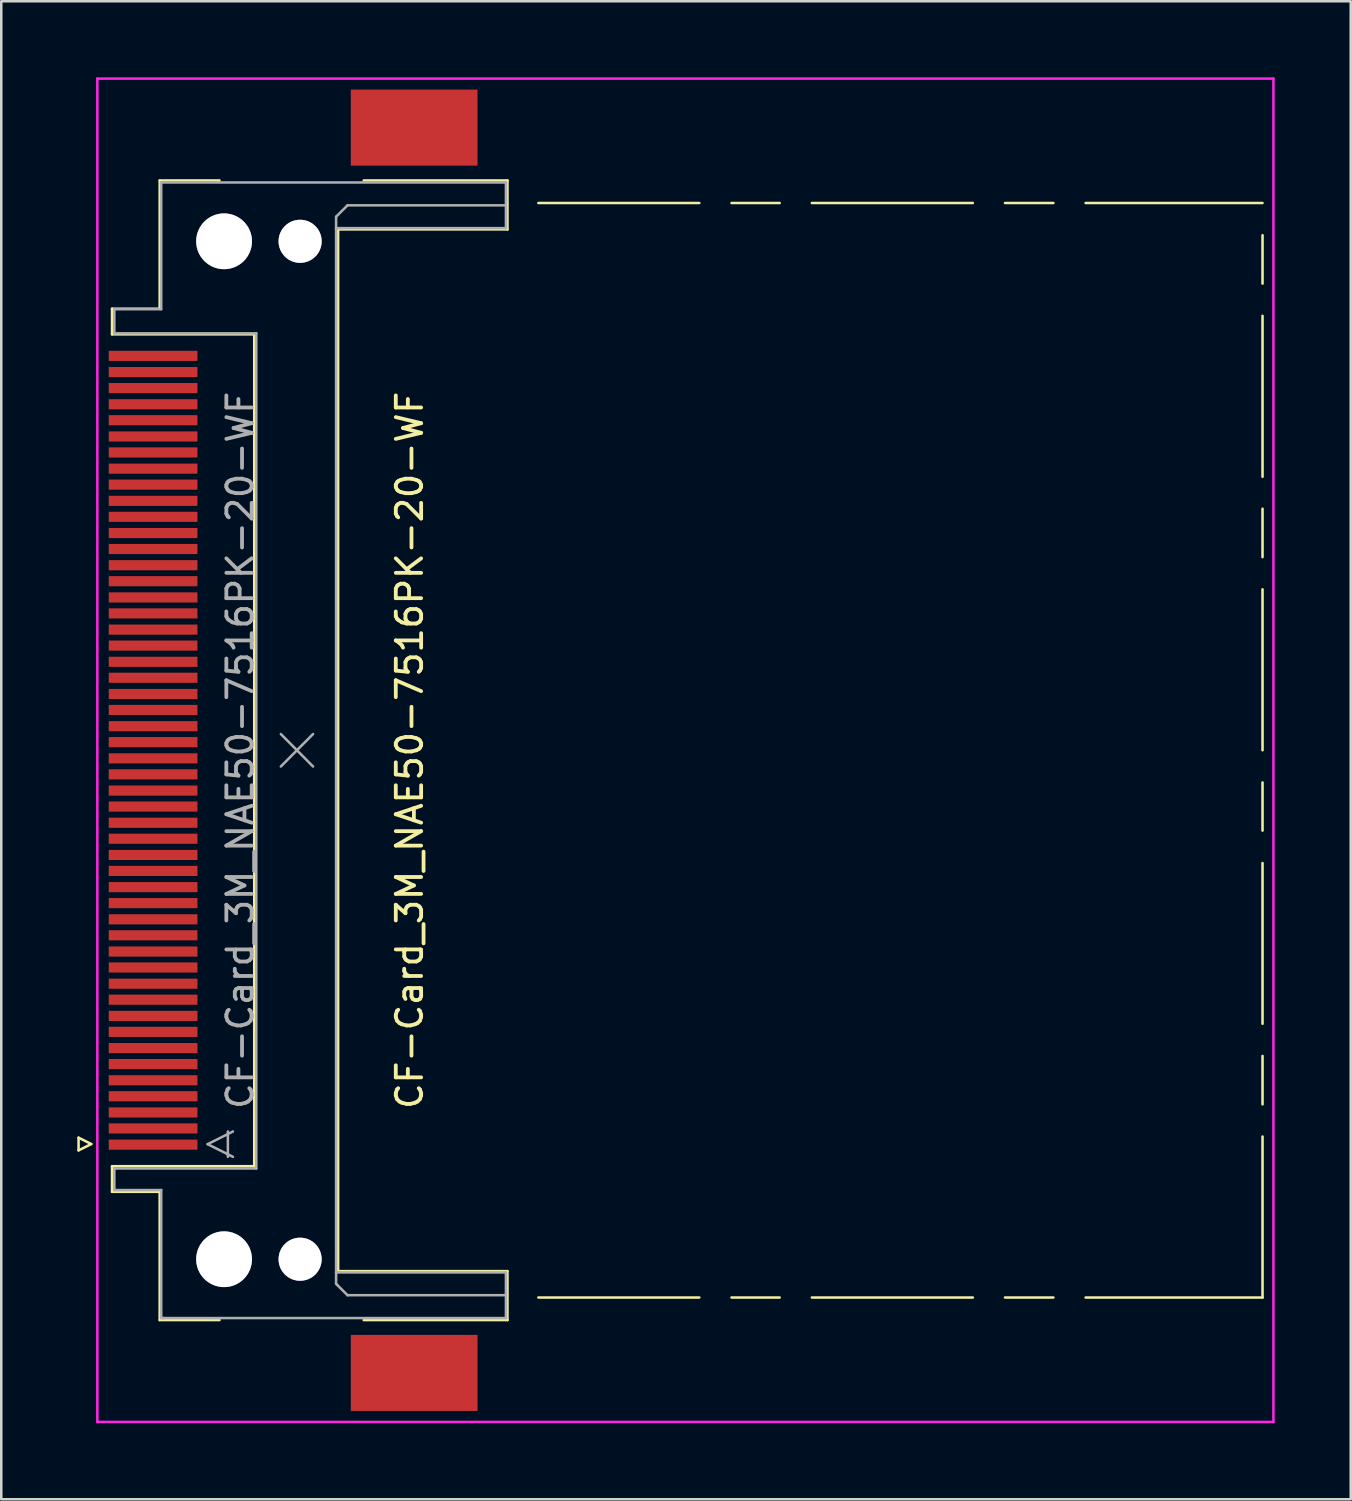
<source format=kicad_pcb>
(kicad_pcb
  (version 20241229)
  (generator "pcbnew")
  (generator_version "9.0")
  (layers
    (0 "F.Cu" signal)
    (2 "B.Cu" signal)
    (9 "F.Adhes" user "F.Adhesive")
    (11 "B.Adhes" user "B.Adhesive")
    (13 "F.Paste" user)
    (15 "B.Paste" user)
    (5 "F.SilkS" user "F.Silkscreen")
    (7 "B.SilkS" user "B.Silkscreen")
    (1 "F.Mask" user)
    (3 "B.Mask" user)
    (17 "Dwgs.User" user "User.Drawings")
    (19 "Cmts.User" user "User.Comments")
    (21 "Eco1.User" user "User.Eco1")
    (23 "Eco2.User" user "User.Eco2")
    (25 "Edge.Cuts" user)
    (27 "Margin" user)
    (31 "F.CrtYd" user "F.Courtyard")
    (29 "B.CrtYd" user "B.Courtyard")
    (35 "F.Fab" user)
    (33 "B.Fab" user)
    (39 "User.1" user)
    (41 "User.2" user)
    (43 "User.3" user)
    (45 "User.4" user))
  (footprint "CF-Card_3M_NAE50-7516PK-20-WF"
    (layer "F.Cu")
    (at 8.79 26.55)
    (property "Reference" "CF-Card_3M_NAE50-7516PK-20-WF" (at 4.32 0 90) (layer "F.SilkS") (effects (font (size 1 1) (thickness 0.15))))
    (attr smd)
    (fp_line (start -8.74 15.285) (end -8.74 15.785) (stroke (width 0.1) (type solid)) (layer "F.SilkS"))
    (fp_line (start -8.74 15.785) (end -8.24 15.535) (stroke (width 0.1) (type solid)) (layer "F.SilkS"))
    (fp_line (start -8.24 15.535) (end -8.74 15.285) (stroke (width 0.1) (type solid)) (layer "F.SilkS"))
    (fp_line (start -7.42 -17.42) (end -5.54 -17.42) (stroke (width 0.1) (type solid)) (layer "F.SilkS"))
    (fp_line (start -7.42 -16.41) (end -7.42 -17.42) (stroke (width 0.1) (type solid)) (layer "F.SilkS"))
    (fp_line (start -7.42 16.41) (end -1.81 16.41) (stroke (width 0.1) (type solid)) (layer "F.SilkS"))
    (fp_line (start -7.42 17.42) (end -7.42 16.41) (stroke (width 0.1) (type solid)) (layer "F.SilkS"))
    (fp_line (start -5.54 -22.48) (end -3.18 -22.48) (stroke (width 0.1) (type solid)) (layer "F.SilkS"))
    (fp_line (start -5.54 -17.42) (end -5.54 -22.48) (stroke (width 0.1) (type solid)) (layer "F.SilkS"))
    (fp_line (start -5.54 17.42) (end -7.42 17.42) (stroke (width 0.1) (type solid)) (layer "F.SilkS"))
    (fp_line (start -5.54 22.48) (end -5.54 17.42) (stroke (width 0.1) (type solid)) (layer "F.SilkS"))
    (fp_line (start -3.18 22.48) (end -5.54 22.48) (stroke (width 0.1) (type solid)) (layer "F.SilkS"))
    (fp_line (start -1.81 -16.41) (end -7.42 -16.41) (stroke (width 0.1) (type solid)) (layer "F.SilkS"))
    (fp_line (start -1.81 16.41) (end -1.81 -16.41) (stroke (width 0.1) (type solid)) (layer "F.SilkS"))
    (fp_line (start 1.5 -20.55) (end 8.18 -20.55) (stroke (width 0.1) (type solid)) (layer "F.SilkS"))
    (fp_line (start 1.5 20.55) (end 1.5 -20.55) (stroke (width 0.1) (type solid)) (layer "F.SilkS"))
    (fp_line (start 2.51 22.48) (end 8.18 22.48) (stroke (width 0.1) (type solid)) (layer "F.SilkS"))
    (fp_line (start 8.18 -22.48) (end 2.51 -22.48) (stroke (width 0.1) (type solid)) (layer "F.SilkS"))
    (fp_line (start 8.18 -20.55) (end 8.18 -22.48) (stroke (width 0.1) (type solid)) (layer "F.SilkS"))
    (fp_line (start 8.18 20.55) (end 1.5 20.55) (stroke (width 0.1) (type solid)) (layer "F.SilkS"))
    (fp_line (start 8.18 22.48) (end 8.18 20.55) (stroke (width 0.1) (type solid)) (layer "F.SilkS"))
    (fp_line (start 9.4 -21.59) (end 15.75 -21.59) (stroke (width 0.1) (type solid)) (layer "F.SilkS"))
    (fp_line (start 9.4 21.59) (end 15.75 21.59) (stroke (width 0.1) (type solid)) (layer "F.SilkS"))
    (fp_line (start 17.02 -21.59) (end 18.92 -21.59) (stroke (width 0.1) (type solid)) (layer "F.SilkS"))
    (fp_line (start 17.02 21.59) (end 18.92 21.59) (stroke (width 0.1) (type solid)) (layer "F.SilkS"))
    (fp_line (start 20.19 -21.59) (end 26.54 -21.59) (stroke (width 0.1) (type solid)) (layer "F.SilkS"))
    (fp_line (start 20.19 21.59) (end 26.54 21.59) (stroke (width 0.1) (type solid)) (layer "F.SilkS"))
    (fp_line (start 27.81 -21.59) (end 29.72 -21.59) (stroke (width 0.1) (type solid)) (layer "F.SilkS"))
    (fp_line (start 27.81 21.59) (end 29.72 21.59) (stroke (width 0.1) (type solid)) (layer "F.SilkS"))
    (fp_line (start 30.99 -21.59) (end 37.97 -21.59) (stroke (width 0.1) (type solid)) (layer "F.SilkS"))
    (fp_line (start 30.99 21.59) (end 37.97 21.59) (stroke (width 0.1) (type solid)) (layer "F.SilkS"))
    (fp_line (start 37.97 -18.41) (end 37.97 -20.32) (stroke (width 0.1) (type solid)) (layer "F.SilkS"))
    (fp_line (start 37.97 -10.79) (end 37.97 -17.14) (stroke (width 0.1) (type solid)) (layer "F.SilkS"))
    (fp_line (start 37.97 -7.62) (end 37.97 -9.53) (stroke (width 0.1) (type solid)) (layer "F.SilkS"))
    (fp_line (start 37.97 0) (end 37.97 -6.35) (stroke (width 0.1) (type solid)) (layer "F.SilkS"))
    (fp_line (start 37.97 3.17) (end 37.97 1.27) (stroke (width 0.1) (type solid)) (layer "F.SilkS"))
    (fp_line (start 37.97 10.79) (end 37.97 4.45) (stroke (width 0.1) (type solid)) (layer "F.SilkS"))
    (fp_line (start 37.97 13.97) (end 37.97 12.06) (stroke (width 0.1) (type solid)) (layer "F.SilkS"))
    (fp_line (start 37.97 21.59) (end 37.97 15.24) (stroke (width 0.1) (type solid)) (layer "F.SilkS"))
    (fp_line (start -8 -26.5) (end 38.4 -26.5) (stroke (width 0.1) (type solid)) (layer "F.CrtYd"))
    (fp_line (start -8 26.5) (end -8 -26.5) (stroke (width 0.1) (type solid)) (layer "F.CrtYd"))
    (fp_line (start -8 26.5) (end 38.4 26.5) (stroke (width 0.1) (type solid)) (layer "F.CrtYd"))
    (fp_line (start 38.4 26.5) (end 38.4 -26.5) (stroke (width 0.1) (type solid)) (layer "F.CrtYd"))
    (fp_line (start -7.33 -17.4) (end -7.33 -16.45) (stroke (width 0.1) (type solid)) (layer "F.Fab"))
    (fp_line (start -7.33 -16.45) (end -1.73 -16.45) (stroke (width 0.1) (type solid)) (layer "F.Fab"))
    (fp_line (start -7.33 16.5) (end -7.33 17.35) (stroke (width 0.1) (type solid)) (layer "F.Fab"))
    (fp_line (start -7.33 17.35) (end -5.48 17.35) (stroke (width 0.1) (type solid)) (layer "F.Fab"))
    (fp_line (start -5.48 -22.4) (end -5.48 -17.4) (stroke (width 0.1) (type solid)) (layer "F.Fab"))
    (fp_line (start -5.48 -17.4) (end -7.33 -17.4) (stroke (width 0.1) (type solid)) (layer "F.Fab"))
    (fp_line (start -5.48 17.35) (end -5.48 22.4) (stroke (width 0.1) (type solid)) (layer "F.Fab"))
    (fp_line (start -5.48 22.4) (end -5.38 22.4) (stroke (width 0.1) (type solid)) (layer "F.Fab"))
    (fp_line (start -5.43 22.4) (end 8.12 22.4) (stroke (width 0.1) (type solid)) (layer "F.Fab"))
    (fp_line (start -3.65 15.54) (end -2.65 16.04) (stroke (width 0.1) (type solid)) (layer "F.Fab"))
    (fp_line (start -2.85 16.04) (end -2.85 15.04) (stroke (width 0.1) (type solid)) (layer "F.Fab"))
    (fp_line (start -2.65 15.04) (end -3.65 15.54) (stroke (width 0.1) (type solid)) (layer "F.Fab"))
    (fp_line (start -1.73 -16.45) (end -1.73 16.5) (stroke (width 0.1) (type solid)) (layer "F.Fab"))
    (fp_line (start -1.73 16.5) (end -7.33 16.5) (stroke (width 0.1) (type solid)) (layer "F.Fab"))
    (fp_line (start -0.76 -0.64) (end 0.51 0.64) (stroke (width 0.1) (type solid)) (layer "F.Fab"))
    (fp_line (start -0.76 0.64) (end 0.51 -0.64) (stroke (width 0.1) (type solid)) (layer "F.Fab"))
    (fp_line (start 1.42 -21.05) (end 1.42 -20.55) (stroke (width 0.1) (type solid)) (layer "F.Fab"))
    (fp_line (start 1.42 -20.6) (end 8.12 -20.6) (stroke (width 0.1) (type solid)) (layer "F.Fab"))
    (fp_line (start 1.42 20.6) (end 1.42 -20.6) (stroke (width 0.1) (type solid)) (layer "F.Fab"))
    (fp_line (start 1.42 21.05) (end 1.42 20.6) (stroke (width 0.1) (type solid)) (layer "F.Fab"))
    (fp_line (start 1.47 21.1) (end 1.42 21.05) (stroke (width 0.1) (type solid)) (layer "F.Fab"))
    (fp_line (start 1.87 -21.5) (end 1.42 -21.05) (stroke (width 0.1) (type solid)) (layer "F.Fab"))
    (fp_line (start 1.87 21.5) (end 1.47 21.1) (stroke (width 0.1) (type solid)) (layer "F.Fab"))
    (fp_line (start 8.12 -22.4) (end -5.48 -22.4) (stroke (width 0.1) (type solid)) (layer "F.Fab"))
    (fp_line (start 8.12 -21.5) (end 1.87 -21.5) (stroke (width 0.1) (type solid)) (layer "F.Fab"))
    (fp_line (start 8.12 -20.6) (end 8.12 -22.4) (stroke (width 0.1) (type solid)) (layer "F.Fab"))
    (fp_line (start 8.12 20.6) (end 1.42 20.6) (stroke (width 0.1) (type solid)) (layer "F.Fab"))
    (fp_line (start 8.12 21.5) (end 1.87 21.5) (stroke (width 0.1) (type solid)) (layer "F.Fab"))
    (fp_line (start 8.12 22.4) (end 8.12 20.6) (stroke (width 0.1) (type solid)) (layer "F.Fab"))
    (fp_text user "${REFERENCE}" (at -2.365 0 90) (layer "F.Fab") (effects (font (size 1 1) (thickness 0.15))))
    (pad "" thru_hole circle (at -3 -20.08 90) (size 2.2 2.2) (drill 2.2) (layers "*.Cu" "*.Mask"))
    (pad "" thru_hole circle (at -3 20.08 90) (size 2.2 2.2) (drill 2.2) (layers "*.Cu" "*.Mask"))
    (pad "" thru_hole circle (at 0 -20.08 90) (size 1.7 1.7) (drill 1.7) (layers "*.Cu" "*.Mask"))
    (pad "" thru_hole circle (at 0 20.08 90) (size 1.7 1.7) (drill 1.7) (layers "*.Cu" "*.Mask"))
    (pad "" smd rect (at 4.5 -24.565 90) (size 3 5) (layers "F.Cu" "F.Mask" "F.Paste"))
    (pad "" smd rect (at 4.5 24.565 90) (size 3 5) (layers "F.Cu" "F.Mask" "F.Paste"))
    (pad "1" smd rect (at -5.8 15.56 270) (size 0.4 3.5) (layers "F.Cu" "F.Mask" "F.Paste"))
    (pad "2" smd rect (at -5.8 14.29 270) (size 0.4 3.5) (layers "F.Cu" "F.Mask" "F.Paste"))
    (pad "3" smd rect (at -5.8 13.02 270) (size 0.4 3.5) (layers "F.Cu" "F.Mask" "F.Paste"))
    (pad "4" smd rect (at -5.8 11.75 270) (size 0.4 3.5) (layers "F.Cu" "F.Mask" "F.Paste"))
    (pad "5" smd rect (at -5.8 10.48 270) (size 0.4 3.5) (layers "F.Cu" "F.Mask" "F.Paste"))
    (pad "6" smd rect (at -5.8 9.21 270) (size 0.4 3.5) (layers "F.Cu" "F.Mask" "F.Paste"))
    (pad "7" smd rect (at -5.8 7.94 270) (size 0.4 3.5) (layers "F.Cu" "F.Mask" "F.Paste"))
    (pad "8" smd rect (at -5.8 6.67 270) (size 0.4 3.5) (layers "F.Cu" "F.Mask" "F.Paste"))
    (pad "9" smd rect (at -5.8 5.4 270) (size 0.4 3.5) (layers "F.Cu" "F.Mask" "F.Paste"))
    (pad "10" smd rect (at -5.8 4.13 270) (size 0.4 3.5) (layers "F.Cu" "F.Mask" "F.Paste"))
    (pad "11" smd rect (at -5.8 2.86 270) (size 0.4 3.5) (layers "F.Cu" "F.Mask" "F.Paste"))
    (pad "12" smd rect (at -5.8 1.59 270) (size 0.4 3.5) (layers "F.Cu" "F.Mask" "F.Paste"))
    (pad "13" smd rect (at -5.8 0.32 270) (size 0.4 3.5) (layers "F.Cu" "F.Mask" "F.Paste"))
    (pad "14" smd rect (at -5.8 -0.95 270) (size 0.4 3.5) (layers "F.Cu" "F.Mask" "F.Paste"))
    (pad "15" smd rect (at -5.8 -2.22 270) (size 0.4 3.5) (layers "F.Cu" "F.Mask" "F.Paste"))
    (pad "16" smd rect (at -5.8 -3.49 270) (size 0.4 3.5) (layers "F.Cu" "F.Mask" "F.Paste"))
    (pad "17" smd rect (at -5.8 -4.76 270) (size 0.4 3.5) (layers "F.Cu" "F.Mask" "F.Paste"))
    (pad "18" smd rect (at -5.8 -6.03 270) (size 0.4 3.5) (layers "F.Cu" "F.Mask" "F.Paste"))
    (pad "19" smd rect (at -5.8 -7.3 270) (size 0.4 3.5) (layers "F.Cu" "F.Mask" "F.Paste"))
    (pad "20" smd rect (at -5.8 -8.57 270) (size 0.4 3.5) (layers "F.Cu" "F.Mask" "F.Paste"))
    (pad "21" smd rect (at -5.8 -9.84 270) (size 0.4 3.5) (layers "F.Cu" "F.Mask" "F.Paste"))
    (pad "22" smd rect (at -5.8 -11.11 270) (size 0.4 3.5) (layers "F.Cu" "F.Mask" "F.Paste"))
    (pad "23" smd rect (at -5.8 -12.38 270) (size 0.4 3.5) (layers "F.Cu" "F.Mask" "F.Paste"))
    (pad "24" smd rect (at -5.8 -13.65 270) (size 0.4 3.5) (layers "F.Cu" "F.Mask" "F.Paste"))
    (pad "25" smd rect (at -5.8 -14.92 270) (size 0.4 3.5) (layers "F.Cu" "F.Mask" "F.Paste"))
    (pad "26" smd rect (at -5.8 14.92 270) (size 0.4 3.5) (layers "F.Cu" "F.Mask" "F.Paste"))
    (pad "27" smd rect (at -5.8 13.65 270) (size 0.4 3.5) (layers "F.Cu" "F.Mask" "F.Paste"))
    (pad "28" smd rect (at -5.8 12.38 270) (size 0.4 3.5) (layers "F.Cu" "F.Mask" "F.Paste"))
    (pad "29" smd rect (at -5.8 11.11 270) (size 0.4 3.5) (layers "F.Cu" "F.Mask" "F.Paste"))
    (pad "30" smd rect (at -5.8 9.84 270) (size 0.4 3.5) (layers "F.Cu" "F.Mask" "F.Paste"))
    (pad "31" smd rect (at -5.8 8.57 270) (size 0.4 3.5) (layers "F.Cu" "F.Mask" "F.Paste"))
    (pad "32" smd rect (at -5.8 7.3 270) (size 0.4 3.5) (layers "F.Cu" "F.Mask" "F.Paste"))
    (pad "33" smd rect (at -5.8 6.03 270) (size 0.4 3.5) (layers "F.Cu" "F.Mask" "F.Paste"))
    (pad "34" smd rect (at -5.8 4.76 270) (size 0.4 3.5) (layers "F.Cu" "F.Mask" "F.Paste"))
    (pad "35" smd rect (at -5.8 3.49 270) (size 0.4 3.5) (layers "F.Cu" "F.Mask" "F.Paste"))
    (pad "36" smd rect (at -5.8 2.22 270) (size 0.4 3.5) (layers "F.Cu" "F.Mask" "F.Paste"))
    (pad "37" smd rect (at -5.8 0.95 270) (size 0.4 3.5) (layers "F.Cu" "F.Mask" "F.Paste"))
    (pad "38" smd rect (at -5.8 -0.32 270) (size 0.4 3.5) (layers "F.Cu" "F.Mask" "F.Paste"))
    (pad "39" smd rect (at -5.8 -1.59 270) (size 0.4 3.5) (layers "F.Cu" "F.Mask" "F.Paste"))
    (pad "40" smd rect (at -5.8 -2.86 270) (size 0.4 3.5) (layers "F.Cu" "F.Mask" "F.Paste"))
    (pad "41" smd rect (at -5.8 -4.13 270) (size 0.4 3.5) (layers "F.Cu" "F.Mask" "F.Paste"))
    (pad "42" smd rect (at -5.8 -5.4 270) (size 0.4 3.5) (layers "F.Cu" "F.Mask" "F.Paste"))
    (pad "43" smd rect (at -5.8 -6.67 270) (size 0.4 3.5) (layers "F.Cu" "F.Mask" "F.Paste"))
    (pad "44" smd rect (at -5.8 -7.94 270) (size 0.4 3.5) (layers "F.Cu" "F.Mask" "F.Paste"))
    (pad "45" smd rect (at -5.8 -9.21 270) (size 0.4 3.5) (layers "F.Cu" "F.Mask" "F.Paste"))
    (pad "46" smd rect (at -5.8 -10.48 270) (size 0.4 3.5) (layers "F.Cu" "F.Mask" "F.Paste"))
    (pad "47" smd rect (at -5.8 -11.75 270) (size 0.4 3.5) (layers "F.Cu" "F.Mask" "F.Paste"))
    (pad "48" smd rect (at -5.8 -13.02 270) (size 0.4 3.5) (layers "F.Cu" "F.Mask" "F.Paste"))
    (pad "49" smd rect (at -5.8 -14.29 270) (size 0.4 3.5) (layers "F.Cu" "F.Mask" "F.Paste"))
    (pad "50" smd rect (at -5.8 -15.56 270) (size 0.4 3.5) (layers "F.Cu" "F.Mask" "F.Paste")))
  (gr_rect
    (start -3 -3)
    (end 50.24 56.1)
    (stroke (width 0.1) (type default))
    (fill no)
    (layer "Edge.Cuts")))
</source>
